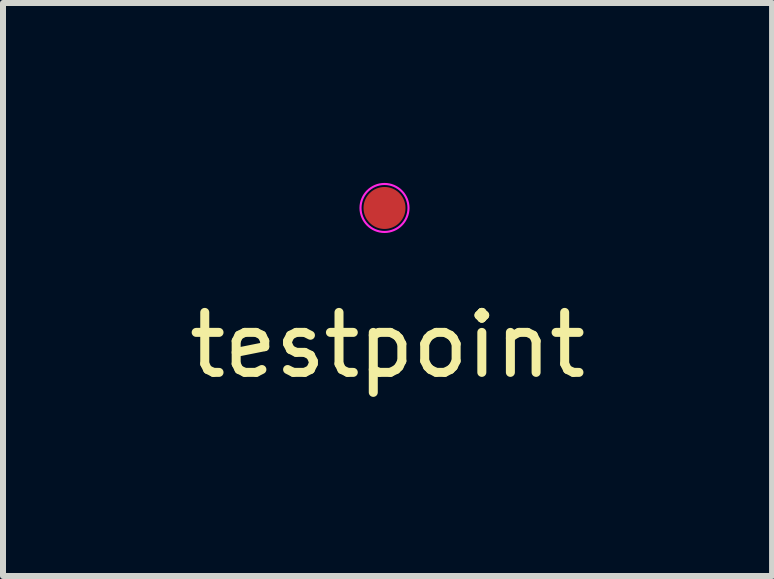
<source format=kicad_pcb>
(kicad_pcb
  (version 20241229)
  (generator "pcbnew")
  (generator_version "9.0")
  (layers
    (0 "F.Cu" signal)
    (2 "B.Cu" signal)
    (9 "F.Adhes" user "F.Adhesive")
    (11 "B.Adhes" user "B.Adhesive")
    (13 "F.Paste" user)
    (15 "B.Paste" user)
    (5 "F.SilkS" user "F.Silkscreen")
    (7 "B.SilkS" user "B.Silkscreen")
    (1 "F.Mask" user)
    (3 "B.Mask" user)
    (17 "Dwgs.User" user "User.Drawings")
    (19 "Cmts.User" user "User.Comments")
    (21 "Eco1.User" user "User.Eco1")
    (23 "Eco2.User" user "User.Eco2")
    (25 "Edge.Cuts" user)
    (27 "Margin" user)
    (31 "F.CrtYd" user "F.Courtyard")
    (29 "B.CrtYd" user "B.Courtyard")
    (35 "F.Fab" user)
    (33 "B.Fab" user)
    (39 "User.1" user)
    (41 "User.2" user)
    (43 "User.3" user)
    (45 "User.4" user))
  (footprint "testpoint"
    (layer "F.Cu")
    (at 3.36 0.417)
    (property "Reference" "testpoint" (at 0.051 2.286 0) (layer "F.SilkS") (effects (font (size 1 1) (thickness 0.15))))
    (attr through_hole)
    (fp_circle (center 0 0) (end 0.4 0) (stroke (width 0.035) (type solid)) (fill no) (layer "F.CrtYd"))
    (pad "1" smd circle (at 0 0) (size 0.7 0.7) (layers "F.Cu" "F.Mask")))
  (gr_rect
    (start -3 -3)
    (end 9.821 6.552)
    (stroke (width 0.1) (type default))
    (fill no)
    (layer "Edge.Cuts")))
</source>
